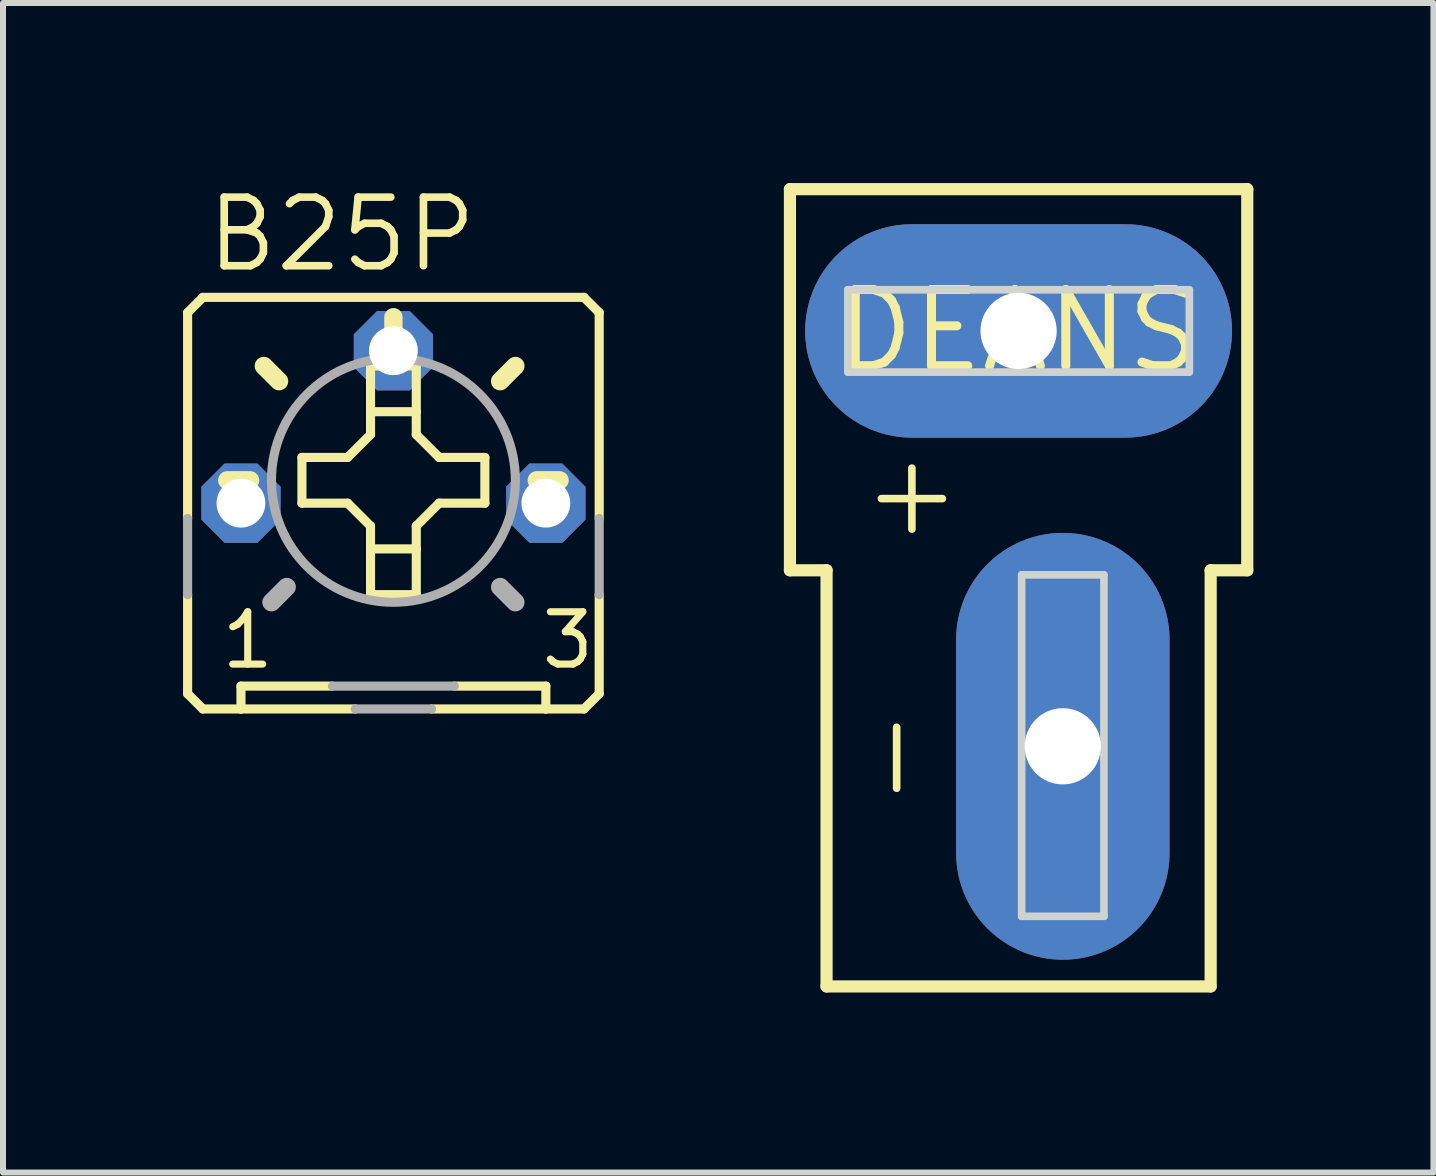
<source format=kicad_pcb>
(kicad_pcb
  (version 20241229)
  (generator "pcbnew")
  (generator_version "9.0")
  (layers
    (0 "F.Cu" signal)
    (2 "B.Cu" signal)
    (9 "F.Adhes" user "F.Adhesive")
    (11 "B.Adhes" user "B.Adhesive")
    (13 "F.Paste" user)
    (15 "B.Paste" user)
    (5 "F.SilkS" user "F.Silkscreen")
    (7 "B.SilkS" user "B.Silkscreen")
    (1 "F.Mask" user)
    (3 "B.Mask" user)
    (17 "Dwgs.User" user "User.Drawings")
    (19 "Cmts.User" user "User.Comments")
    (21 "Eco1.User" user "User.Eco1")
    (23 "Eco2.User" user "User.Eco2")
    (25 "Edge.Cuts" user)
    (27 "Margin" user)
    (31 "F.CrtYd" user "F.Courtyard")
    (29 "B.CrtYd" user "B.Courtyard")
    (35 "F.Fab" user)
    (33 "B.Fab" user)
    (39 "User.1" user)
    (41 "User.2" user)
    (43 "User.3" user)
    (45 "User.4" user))
  (footprint "DEANS"
    (layer "F.Cu")
    (at 13.922 2.464)
    (property "Reference" "DEANS" (at 0 0 0) (layer "F.SilkS") (effects (font (size 1.27 1.27) (thickness 0.15))))
    (fp_line (start -3.81 -2.362) (end 3.81 -2.362) (stroke (width 0.203) (type solid)) (layer "F.SilkS"))
    (fp_line (start -3.81 3.988) (end -3.81 -2.362) (stroke (width 0.203) (type solid)) (layer "F.SilkS"))
    (fp_line (start -3.81 3.988) (end -3.2 3.988) (stroke (width 0.203) (type solid)) (layer "F.SilkS"))
    (fp_line (start -3.2 10.922) (end -3.2 3.988) (stroke (width 0.203) (type solid)) (layer "F.SilkS"))
    (fp_line (start -3.2 10.922) (end 3.2 10.922) (stroke (width 0.203) (type solid)) (layer "F.SilkS"))
    (fp_line (start -2.286 2.794) (end -1.27 2.794) (stroke (width 0.127) (type solid)) (layer "F.SilkS"))
    (fp_line (start -2.032 7.62) (end -2.032 6.604) (stroke (width 0.127) (type solid)) (layer "F.SilkS"))
    (fp_line (start -1.778 2.286) (end -1.778 3.302) (stroke (width 0.127) (type solid)) (layer "F.SilkS"))
    (fp_line (start 3.2 3.988) (end 3.81 3.988) (stroke (width 0.203) (type solid)) (layer "F.SilkS"))
    (fp_line (start 3.2 10.922) (end 3.2 3.988) (stroke (width 0.203) (type solid)) (layer "F.SilkS"))
    (fp_line (start 3.81 3.988) (end 3.81 -2.362) (stroke (width 0.203) (type solid)) (layer "F.SilkS"))
    (fp_line (start -2.845 -0.686) (end 2.845 -0.686) (stroke (width 0.127) (type solid)) (layer "Edge.Cuts"))
    (fp_line (start -2.845 0.686) (end -2.845 -0.686) (stroke (width 0.127) (type solid)) (layer "Edge.Cuts"))
    (fp_line (start 0.051 4.064) (end 1.422 4.064) (stroke (width 0.127) (type solid)) (layer "Edge.Cuts"))
    (fp_line (start 0.051 9.754) (end 0.051 4.064) (stroke (width 0.127) (type solid)) (layer "Edge.Cuts"))
    (fp_line (start 0.051 9.754) (end 1.422 9.754) (stroke (width 0.127) (type solid)) (layer "Edge.Cuts"))
    (fp_line (start 1.422 4.064) (end 1.422 9.754) (stroke (width 0.127) (type solid)) (layer "Edge.Cuts"))
    (fp_line (start 2.845 0.686) (end -2.845 0.686) (stroke (width 0.127) (type solid)) (layer "Edge.Cuts"))
    (fp_line (start 2.845 0.686) (end 2.845 -0.686) (stroke (width 0.127) (type solid)) (layer "Edge.Cuts"))
    (pad "+" thru_hole oval (at 0 0) (size 7.112 3.556) (drill 1.27) (layers "*.Cu" "*.Mask"))
    (pad "-" thru_hole oval (at 0.737 6.921 90) (size 7.112 3.556) (drill 1.27) (layers "*.Cu" "*.Mask")))
  (footprint "B25P"
    (layer "F.Cu")
    (at 3.505 5.334)
    (property "Reference" "B25P" (at -3.175 -3.81 0) (layer "F.SilkS") (effects (font (size 1.143 1.143) (thickness 0.127)) (justify left bottom)))
    (fp_line (start -3.429 -3.175) (end -3.429 0.254) (stroke (width 0.152) (type solid)) (layer "F.SilkS"))
    (fp_line (start -3.429 1.524) (end -3.429 3.175) (stroke (width 0.152) (type solid)) (layer "F.SilkS"))
    (fp_line (start -3.175 -3.429) (end -3.429 -3.175) (stroke (width 0.152) (type solid)) (layer "F.SilkS"))
    (fp_line (start -3.175 3.429) (end -3.429 3.175) (stroke (width 0.152) (type solid)) (layer "F.SilkS"))
    (fp_line (start -3.175 3.429) (end -2.54 3.429) (stroke (width 0.152) (type solid)) (layer "F.SilkS"))
    (fp_line (start -2.54 3.048) (end -2.54 3.429) (stroke (width 0.152) (type solid)) (layer "F.SilkS"))
    (fp_line (start -2.54 3.048) (end -1.016 3.048) (stroke (width 0.152) (type solid)) (layer "F.SilkS"))
    (fp_line (start -2.54 3.429) (end -0.635 3.429) (stroke (width 0.152) (type solid)) (layer "F.SilkS"))
    (fp_line (start -2.388 -0.381) (end -2.769 -0.381) (stroke (width 0.305) (type solid)) (layer "F.SilkS"))
    (fp_line (start -1.905 -2.032) (end -2.159 -2.286) (stroke (width 0.305) (type solid)) (layer "F.SilkS"))
    (fp_line (start -1.524 -0.762) (end -1.524 0) (stroke (width 0.152) (type solid)) (layer "F.SilkS"))
    (fp_line (start -1.524 0) (end -0.762 0) (stroke (width 0.152) (type solid)) (layer "F.SilkS"))
    (fp_line (start -0.762 -0.762) (end -1.524 -0.762) (stroke (width 0.152) (type solid)) (layer "F.SilkS"))
    (fp_line (start -0.381 -2.286) (end -0.381 -1.524) (stroke (width 0.152) (type solid)) (layer "F.SilkS"))
    (fp_line (start -0.381 -1.524) (end -0.381 -1.143) (stroke (width 0.152) (type solid)) (layer "F.SilkS"))
    (fp_line (start -0.381 -1.143) (end -0.762 -0.762) (stroke (width 0.152) (type solid)) (layer "F.SilkS"))
    (fp_line (start -0.381 0.381) (end -0.762 0) (stroke (width 0.152) (type solid)) (layer "F.SilkS"))
    (fp_line (start -0.381 0.381) (end -0.381 0.762) (stroke (width 0.152) (type solid)) (layer "F.SilkS"))
    (fp_line (start -0.381 0.762) (end -0.381 1.524) (stroke (width 0.152) (type solid)) (layer "F.SilkS"))
    (fp_line (start -0.381 1.524) (end 0.381 1.524) (stroke (width 0.152) (type solid)) (layer "F.SilkS"))
    (fp_line (start 0 -2.718) (end 0 -3.099) (stroke (width 0.305) (type solid)) (layer "F.SilkS"))
    (fp_line (start 0.381 -2.286) (end -0.381 -2.286) (stroke (width 0.152) (type solid)) (layer "F.SilkS"))
    (fp_line (start 0.381 -1.524) (end -0.381 -1.524) (stroke (width 0.152) (type solid)) (layer "F.SilkS"))
    (fp_line (start 0.381 -1.524) (end 0.381 -2.286) (stroke (width 0.152) (type solid)) (layer "F.SilkS"))
    (fp_line (start 0.381 -1.143) (end 0.381 -1.524) (stroke (width 0.152) (type solid)) (layer "F.SilkS"))
    (fp_line (start 0.381 0.381) (end 0.762 0) (stroke (width 0.152) (type solid)) (layer "F.SilkS"))
    (fp_line (start 0.381 0.762) (end -0.381 0.762) (stroke (width 0.152) (type solid)) (layer "F.SilkS"))
    (fp_line (start 0.381 0.762) (end 0.381 0.381) (stroke (width 0.152) (type solid)) (layer "F.SilkS"))
    (fp_line (start 0.381 1.524) (end 0.381 0.762) (stroke (width 0.152) (type solid)) (layer "F.SilkS"))
    (fp_line (start 0.635 3.429) (end 2.54 3.429) (stroke (width 0.152) (type solid)) (layer "F.SilkS"))
    (fp_line (start 0.762 -0.762) (end 0.381 -1.143) (stroke (width 0.152) (type solid)) (layer "F.SilkS"))
    (fp_line (start 0.762 0) (end 1.524 0) (stroke (width 0.152) (type solid)) (layer "F.SilkS"))
    (fp_line (start 1.016 3.048) (end 2.54 3.048) (stroke (width 0.152) (type solid)) (layer "F.SilkS"))
    (fp_line (start 1.524 -0.762) (end 0.762 -0.762) (stroke (width 0.152) (type solid)) (layer "F.SilkS"))
    (fp_line (start 1.524 0) (end 1.524 -0.762) (stroke (width 0.152) (type solid)) (layer "F.SilkS"))
    (fp_line (start 1.778 -2.032) (end 2.032 -2.286) (stroke (width 0.305) (type solid)) (layer "F.SilkS"))
    (fp_line (start 2.388 -0.381) (end 2.769 -0.381) (stroke (width 0.305) (type solid)) (layer "F.SilkS"))
    (fp_line (start 2.54 3.429) (end 2.54 3.048) (stroke (width 0.152) (type solid)) (layer "F.SilkS"))
    (fp_line (start 2.54 3.429) (end 3.175 3.429) (stroke (width 0.152) (type solid)) (layer "F.SilkS"))
    (fp_line (start 3.175 -3.429) (end -3.175 -3.429) (stroke (width 0.152) (type solid)) (layer "F.SilkS"))
    (fp_line (start 3.175 -3.429) (end 3.429 -3.175) (stroke (width 0.152) (type solid)) (layer "F.SilkS"))
    (fp_line (start 3.175 3.429) (end 3.429 3.175) (stroke (width 0.152) (type solid)) (layer "F.SilkS"))
    (fp_line (start 3.429 0.254) (end 3.429 -3.175) (stroke (width 0.152) (type solid)) (layer "F.SilkS"))
    (fp_line (start 3.429 3.175) (end 3.429 1.524) (stroke (width 0.152) (type solid)) (layer "F.SilkS"))
    (fp_line (start -3.429 0.254) (end -3.429 1.524) (stroke (width 0.152) (type solid)) (layer "F.Fab"))
    (fp_line (start -1.778 1.397) (end -2.032 1.651) (stroke (width 0.305) (type solid)) (layer "F.Fab"))
    (fp_line (start -1.016 3.048) (end 1.016 3.048) (stroke (width 0.152) (type solid)) (layer "F.Fab"))
    (fp_line (start -0.635 3.429) (end 0.635 3.429) (stroke (width 0.152) (type solid)) (layer "F.Fab"))
    (fp_line (start 1.778 1.397) (end 2.032 1.651) (stroke (width 0.305) (type solid)) (layer "F.Fab"))
    (fp_line (start 3.429 1.524) (end 3.429 0.254) (stroke (width 0.152) (type solid)) (layer "F.Fab"))
    (fp_circle (center 0 -0.381) (end 2.032 -0.381) (stroke (width 0.152) (type solid)) (fill no) (layer "F.Fab"))
    (fp_text user "3" (at 2.413 2.794 0) (layer "F.SilkS") (effects (font (size 0.872 0.872) (thickness 0.119)) (justify left bottom)))
    (fp_text user "1" (at -2.921 2.794 0) (layer "F.SilkS") (effects (font (size 0.872 0.872) (thickness 0.119)) (justify left bottom)))
    (pad "A" thru_hole roundrect (at -2.54 0) (size 1.321 1.321) (drill 0.813) (layers "*.Cu" "*.Mask") (roundrect_rratio 0.25) (chamfer_ratio 0.293) (chamfer top_left top_right bottom_left bottom_right))
    (pad "E" thru_hole roundrect (at 2.54 0) (size 1.321 1.321) (drill 0.813) (layers "*.Cu" "*.Mask") (roundrect_rratio 0.25) (chamfer_ratio 0.293) (chamfer top_left top_right bottom_left bottom_right))
    (pad "S" thru_hole roundrect (at 0 -2.54) (size 1.321 1.321) (drill 0.813) (layers "*.Cu" "*.Mask") (roundrect_rratio 0.25) (chamfer_ratio 0.293) (chamfer top_left top_right bottom_left bottom_right)))
  (gr_rect
    (start -3 -3)
    (end 20.834 16.487)
    (stroke (width 0.1) (type default))
    (fill no)
    (layer "Edge.Cuts")))
</source>
